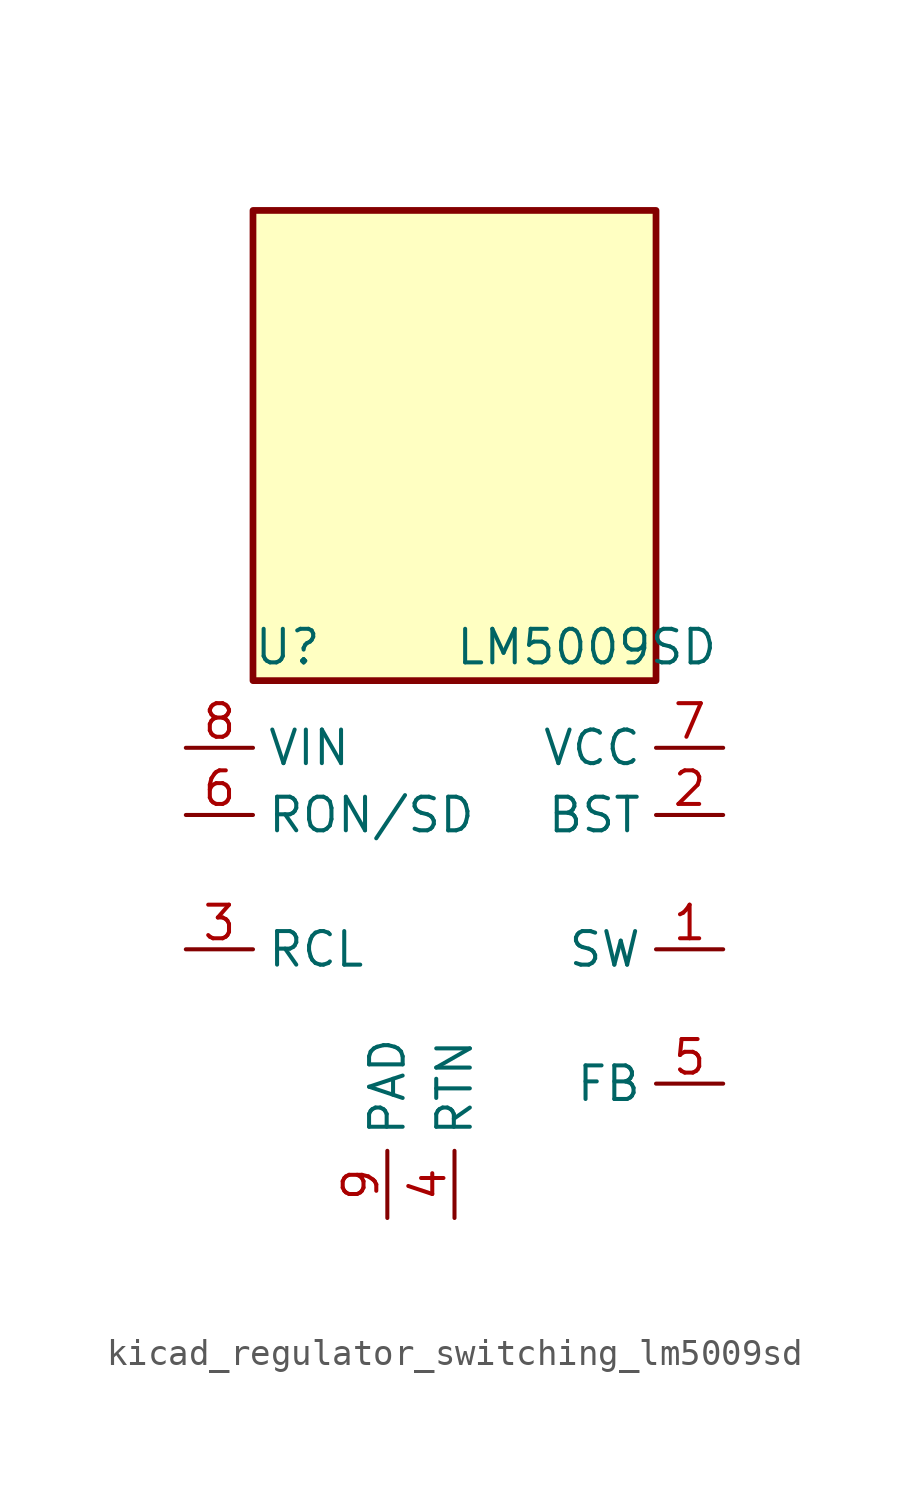
<source format=kicad_sym>
(kicad_symbol_lib
  (version 20220914)
  (generator kicad_symbol_editor)
  (symbol "kicad_regulator_switching_lm5009sd"
    (property "Reference" "U"
      (at -7.62 8.89 0)
      (effects (font (size 1.27 1.27)) (justify left)))
    (property "Value" "LM5009SD"
      (at 0 8.89 0)
      (effects (font (size 1.27 1.27)) (justify left)))
    (symbol "kicad_regulator_switching_lm5009sd_0_1"
      (rectangle (start 7.62 25.4) (end -7.62 7.62) (stroke (width 0.254) (type default)) (fill (type background))))
    (symbol "kicad_regulator_switching_lm5009sd_1_1"
      (pin output line (at 10.16 -2.54 180) (length 2.54) (name "SW" (effects (font (size 1.27 1.27)))) (number "1" (effects (font (size 1.27 1.27)))))
      (pin input line (at 10.16 2.54 180) (length 2.54) (name "BST" (effects (font (size 1.27 1.27)))) (number "2" (effects (font (size 1.27 1.27)))))
      (pin input line (at -10.16 -2.54 0) (length 2.54) (name "RCL" (effects (font (size 1.27 1.27)))) (number "3" (effects (font (size 1.27 1.27)))))
      (pin power_in line (at 0 -12.7 90) (length 2.54) (name "RTN" (effects (font (size 1.27 1.27)))) (number "4" (effects (font (size 1.27 1.27)))))
      (pin input line (at 10.16 -7.62 180) (length 2.54) (name "FB" (effects (font (size 1.27 1.27)))) (number "5" (effects (font (size 1.27 1.27)))))
      (pin input line (at -10.16 2.54 0) (length 2.54) (name "RON/SD" (effects (font (size 1.27 1.27)))) (number "6" (effects (font (size 1.27 1.27)))))
      (pin output line (at 10.16 5.08 180) (length 2.54) (name "VCC" (effects (font (size 1.27 1.27)))) (number "7" (effects (font (size 1.27 1.27)))))
      (pin power_in line (at -10.16 5.08 0) (length 2.54) (name "VIN" (effects (font (size 1.27 1.27)))) (number "8" (effects (font (size 1.27 1.27)))))
      (pin passive line (at -2.54 -12.7 90) (length 2.54) (name "PAD" (effects (font (size 1.27 1.27)))) (number "9" (effects (font (size 1.27 1.27))))))))
</source>
